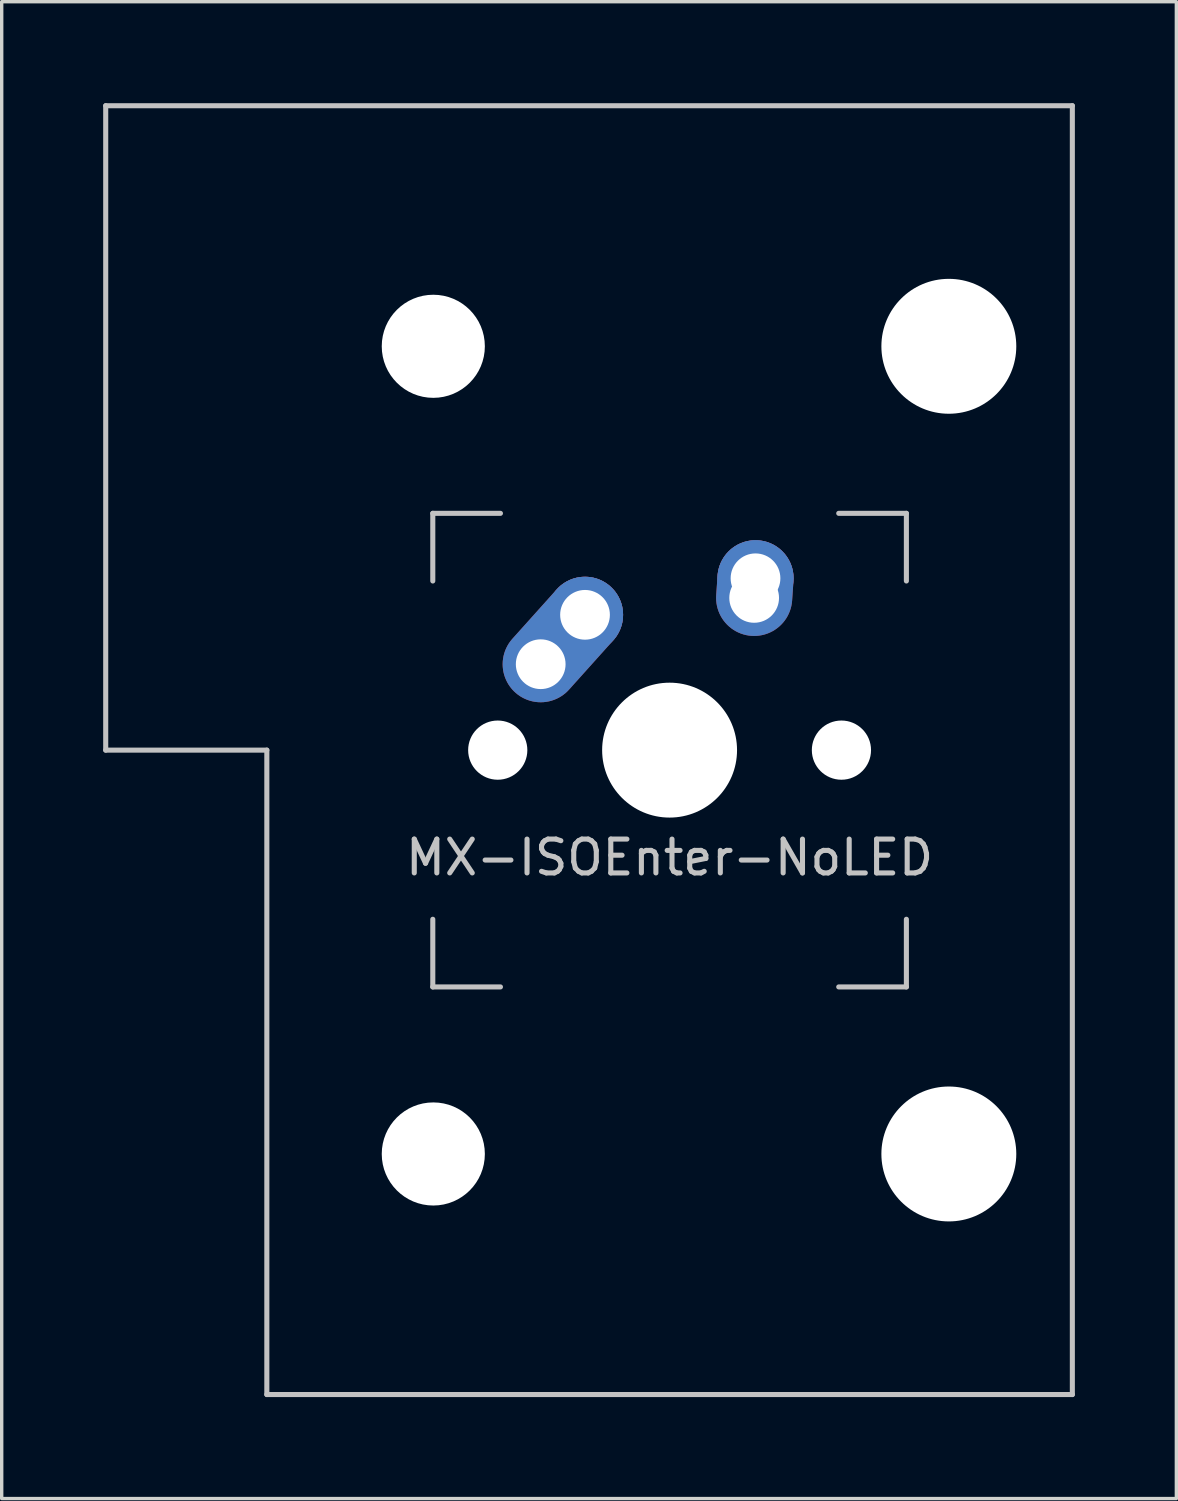
<source format=kicad_pcb>
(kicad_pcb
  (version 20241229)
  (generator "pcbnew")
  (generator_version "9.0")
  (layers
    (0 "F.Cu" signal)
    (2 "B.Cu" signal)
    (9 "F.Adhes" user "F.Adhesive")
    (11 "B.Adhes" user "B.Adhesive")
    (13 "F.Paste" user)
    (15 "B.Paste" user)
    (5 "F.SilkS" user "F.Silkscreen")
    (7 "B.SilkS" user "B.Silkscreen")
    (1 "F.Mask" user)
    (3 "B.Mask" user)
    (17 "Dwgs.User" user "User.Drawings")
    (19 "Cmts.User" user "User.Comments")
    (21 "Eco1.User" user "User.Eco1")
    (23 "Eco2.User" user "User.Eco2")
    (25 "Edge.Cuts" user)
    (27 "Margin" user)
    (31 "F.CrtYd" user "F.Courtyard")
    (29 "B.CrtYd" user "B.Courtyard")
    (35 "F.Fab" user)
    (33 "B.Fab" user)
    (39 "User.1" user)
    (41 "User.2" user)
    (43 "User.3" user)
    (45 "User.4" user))
  (footprint "MX-ISOEnter-NoLED"
    (layer "F.Cu")
    (at 16.744 19.125)
    (property "Reference" "MX-ISOEnter-NoLED" (at 0 3.175 0) (layer "Dwgs.User") (effects (font (size 1 1) (thickness 0.15))))
    (attr through_hole)
    (fp_line (start -16.669 -19.05) (end -16.669 0) (stroke (width 0.15) (type solid)) (layer "Dwgs.User"))
    (fp_line (start -16.669 -19.05) (end 11.906 -19.05) (stroke (width 0.15) (type solid)) (layer "Dwgs.User"))
    (fp_line (start -11.906 0) (end -16.669 0) (stroke (width 0.15) (type solid)) (layer "Dwgs.User"))
    (fp_line (start -11.906 19.05) (end -11.906 0) (stroke (width 0.15) (type solid)) (layer "Dwgs.User"))
    (fp_line (start -11.906 19.05) (end 11.906 19.05) (stroke (width 0.15) (type solid)) (layer "Dwgs.User"))
    (fp_line (start -7 -7) (end -7 -5) (stroke (width 0.15) (type solid)) (layer "Dwgs.User"))
    (fp_line (start -7 5) (end -7 7) (stroke (width 0.15) (type solid)) (layer "Dwgs.User"))
    (fp_line (start -7 7) (end -5 7) (stroke (width 0.15) (type solid)) (layer "Dwgs.User"))
    (fp_line (start -5 -7) (end -7 -7) (stroke (width 0.15) (type solid)) (layer "Dwgs.User"))
    (fp_line (start 5 -7) (end 7 -7) (stroke (width 0.15) (type solid)) (layer "Dwgs.User"))
    (fp_line (start 5 7) (end 7 7) (stroke (width 0.15) (type solid)) (layer "Dwgs.User"))
    (fp_line (start 7 -7) (end 7 -5) (stroke (width 0.15) (type solid)) (layer "Dwgs.User"))
    (fp_line (start 7 7) (end 7 5) (stroke (width 0.15) (type solid)) (layer "Dwgs.User"))
    (fp_line (start 11.906 -19.05) (end 11.906 19.05) (stroke (width 0.15) (type solid)) (layer "Dwgs.User"))
    (pad "" np_thru_hole circle (at -6.985 -11.938) (size 3.048 3.048) (drill 3.048) (layers "*.Cu" "*.Mask"))
    (pad "" np_thru_hole circle (at -6.985 11.938) (size 3.048 3.048) (drill 3.048) (layers "*.Cu" "*.Mask"))
    (pad "" np_thru_hole circle (at -5.08 0 48.1) (size 1.75 1.75) (drill 1.75) (layers "*.Cu" "*.Mask"))
    (pad "" np_thru_hole circle (at 0 0) (size 3.988 3.988) (drill 3.988) (layers "*.Cu" "*.Mask"))
    (pad "" np_thru_hole circle (at 5.08 0 48.1) (size 1.75 1.75) (drill 1.75) (layers "*.Cu" "*.Mask"))
    (pad "" np_thru_hole circle (at 8.255 -11.938) (size 3.988 3.988) (drill 3.988) (layers "*.Cu" "*.Mask"))
    (pad "" np_thru_hole circle (at 8.255 11.938) (size 3.988 3.988) (drill 3.988) (layers "*.Cu" "*.Mask"))
    (pad "1" thru_hole oval (at -3.81 -2.54 48.1) (size 4.212 2.25) (drill 1.47 (offset 0.981 0)) (layers "*.Cu" "B.Mask"))
    (pad "1" thru_hole circle (at -2.5 -4) (size 2.25 2.25) (drill 1.47) (layers "*.Cu" "B.Mask"))
    (pad "2" thru_hole oval (at 2.5 -4.5 86.055) (size 2.831 2.25) (drill 1.47 (offset 0.291 0)) (layers "*.Cu" "B.Mask"))
    (pad "2" thru_hole circle (at 2.54 -5.08) (size 2.25 2.25) (drill 1.47) (layers "*.Cu" "B.Mask")))
  (gr_rect
    (start -3 -3)
    (end 31.725 41.25)
    (stroke (width 0.1) (type default))
    (fill no)
    (layer "Edge.Cuts")))
</source>
